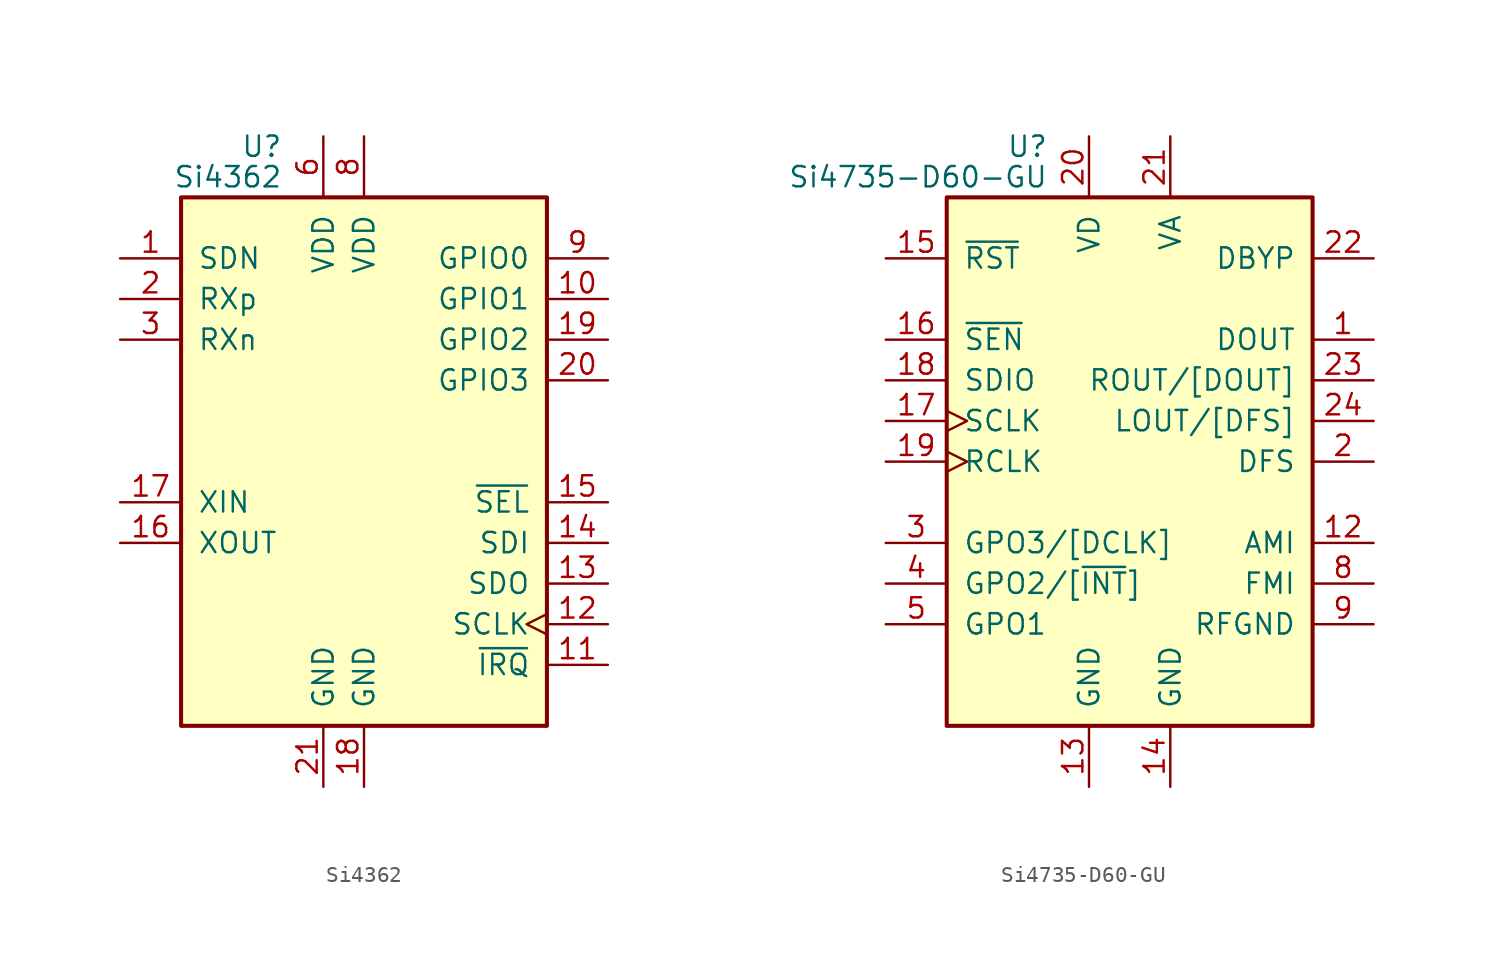
<source format=kicad_sym>
(kicad_symbol_lib
  (version 20201005)
  (generator kicad_symbol_editor)
  (symbol "Si4362"
    (pin_names
      (offset 1.016))
    (property "Reference" "U"
      (at -5.08 19.685 0)
      (effects (font (size 1.27 1.27)) (justify right)))
    (property "Value" "Si4362"
      (at -5.08 17.78 0)
      (effects (font (size 1.27 1.27)) (justify right)))
    (symbol "Si4362_0_1"
      (rectangle (start -11.43 16.51) (end 11.43 -16.51) (stroke (width 0.254)) (fill (type background))))
    (symbol "Si4362_1_1"
      (pin input line (at -15.24 12.7 0) (length 3.81) (name "SDN" (effects (font (size 1.27 1.27)))) (number "1" (effects (font (size 1.27 1.27)))))
      (pin bidirectional line (at 15.24 10.16 180) (length 3.81) (name "GPIO1" (effects (font (size 1.27 1.27)))) (number "10" (effects (font (size 1.27 1.27)))))
      (pin output line (at 15.24 -12.7 180) (length 3.81) (name "~IRQ" (effects (font (size 1.27 1.27)))) (number "11" (effects (font (size 1.27 1.27)))))
      (pin input clock (at 15.24 -10.16 180) (length 3.81) (name "SCLK" (effects (font (size 1.27 1.27)))) (number "12" (effects (font (size 1.27 1.27)))))
      (pin output line (at 15.24 -7.62 180) (length 3.81) (name "SDO" (effects (font (size 1.27 1.27)))) (number "13" (effects (font (size 1.27 1.27)))))
      (pin input line (at 15.24 -5.08 180) (length 3.81) (name "SDI" (effects (font (size 1.27 1.27)))) (number "14" (effects (font (size 1.27 1.27)))))
      (pin input line (at 15.24 -2.54 180) (length 3.81) (name "~SEL" (effects (font (size 1.27 1.27)))) (number "15" (effects (font (size 1.27 1.27)))))
      (pin output line (at -15.24 -5.08 0) (length 3.81) (name "XOUT" (effects (font (size 1.27 1.27)))) (number "16" (effects (font (size 1.27 1.27)))))
      (pin input line (at -15.24 -2.54 0) (length 3.81) (name "XIN" (effects (font (size 1.27 1.27)))) (number "17" (effects (font (size 1.27 1.27)))))
      (pin power_in line (at 0 -20.32 90) (length 3.81) (name "GND" (effects (font (size 1.27 1.27)))) (number "18" (effects (font (size 1.27 1.27)))))
      (pin bidirectional line (at 15.24 7.62 180) (length 3.81) (name "GPIO2" (effects (font (size 1.27 1.27)))) (number "19" (effects (font (size 1.27 1.27)))))
      (pin input line (at -15.24 10.16 0) (length 3.81) (name "RXp" (effects (font (size 1.27 1.27)))) (number "2" (effects (font (size 1.27 1.27)))))
      (pin bidirectional line (at 15.24 5.08 180) (length 3.81) (name "GPIO3" (effects (font (size 1.27 1.27)))) (number "20" (effects (font (size 1.27 1.27)))))
      (pin power_in line (at -2.54 -20.32 90) (length 3.81) (name "GND" (effects (font (size 1.27 1.27)))) (number "21" (effects (font (size 1.27 1.27)))))
      (pin input line (at -15.24 7.62 0) (length 3.81) (name "RXn" (effects (font (size 1.27 1.27)))) (number "3" (effects (font (size 1.27 1.27)))))
      (pin no_connect line (at 2.54 -20.32 90) (length 3.81) hide (name "NC" (effects (font (size 1.27 1.27)))) (number "4" (effects (font (size 1.27 1.27)))))
      (pin no_connect line (at 5.08 -20.32 90) (length 3.81) hide (name "NC" (effects (font (size 1.27 1.27)))) (number "5" (effects (font (size 1.27 1.27)))))
      (pin power_in line (at -2.54 20.32 270) (length 3.81) (name "VDD" (effects (font (size 1.27 1.27)))) (number "6" (effects (font (size 1.27 1.27)))))
      (pin no_connect line (at 7.62 -20.32 90) (length 3.81) hide (name "NC" (effects (font (size 1.27 1.27)))) (number "7" (effects (font (size 1.27 1.27)))))
      (pin power_in line (at 0 20.32 270) (length 3.81) (name "VDD" (effects (font (size 1.27 1.27)))) (number "8" (effects (font (size 1.27 1.27)))))
      (pin bidirectional line (at 15.24 12.7 180) (length 3.81) (name "GPIO0" (effects (font (size 1.27 1.27)))) (number "9" (effects (font (size 1.27 1.27)))))))
  (symbol "Si4735-D60-GU"
    (pin_names
      (offset 1.016))
    (property "Reference" "U"
      (at -5.08 19.685 0)
      (effects (font (size 1.27 1.27)) (justify right)))
    (property "Value" "Si4735-D60-GU"
      (at -5.08 17.78 0)
      (effects (font (size 1.27 1.27)) (justify right)))
    (symbol "Si4735-D60-GU_0_1"
      (rectangle (start 11.43 16.51) (end -11.43 -16.51) (stroke (width 0.254)) (fill (type background))))
    (symbol "Si4735-D60-GU_1_1"
      (pin output line (at 15.24 7.62 180) (length 3.81) (name "DOUT" (effects (font (size 1.27 1.27)))) (number "1" (effects (font (size 1.27 1.27)))))
      (pin no_connect line (at -5.08 -20.32 90) (length 3.81) hide (name "NC" (effects (font (size 1.27 1.27)))) (number "10" (effects (font (size 1.27 1.27)))))
      (pin no_connect line (at 5.08 -20.32 90) (length 3.81) hide (name "NC" (effects (font (size 1.27 1.27)))) (number "11" (effects (font (size 1.27 1.27)))))
      (pin input line (at 15.24 -5.08 180) (length 3.81) (name "AMI" (effects (font (size 1.27 1.27)))) (number "12" (effects (font (size 1.27 1.27)))))
      (pin power_in line (at -2.54 -20.32 90) (length 3.81) (name "GND" (effects (font (size 1.27 1.27)))) (number "13" (effects (font (size 1.27 1.27)))))
      (pin power_in line (at 2.54 -20.32 90) (length 3.81) (name "GND" (effects (font (size 1.27 1.27)))) (number "14" (effects (font (size 1.27 1.27)))))
      (pin input line (at -15.24 12.7 0) (length 3.81) (name "~RST" (effects (font (size 1.27 1.27)))) (number "15" (effects (font (size 1.27 1.27)))))
      (pin input line (at -15.24 7.62 0) (length 3.81) (name "~SEN" (effects (font (size 1.27 1.27)))) (number "16" (effects (font (size 1.27 1.27)))))
      (pin input clock (at -15.24 2.54 0) (length 3.81) (name "SCLK" (effects (font (size 1.27 1.27)))) (number "17" (effects (font (size 1.27 1.27)))))
      (pin bidirectional line (at -15.24 5.08 0) (length 3.81) (name "SDIO" (effects (font (size 1.27 1.27)))) (number "18" (effects (font (size 1.27 1.27)))))
      (pin input clock (at -15.24 0 0) (length 3.81) (name "RCLK" (effects (font (size 1.27 1.27)))) (number "19" (effects (font (size 1.27 1.27)))))
      (pin input line (at 15.24 0 180) (length 3.81) (name "DFS" (effects (font (size 1.27 1.27)))) (number "2" (effects (font (size 1.27 1.27)))))
      (pin power_in line (at -2.54 20.32 270) (length 3.81) (name "VD" (effects (font (size 1.27 1.27)))) (number "20" (effects (font (size 1.27 1.27)))))
      (pin power_in line (at 2.54 20.32 270) (length 3.81) (name "VA" (effects (font (size 1.27 1.27)))) (number "21" (effects (font (size 1.27 1.27)))))
      (pin passive line (at 15.24 12.7 180) (length 3.81) (name "DBYP" (effects (font (size 1.27 1.27)))) (number "22" (effects (font (size 1.27 1.27)))))
      (pin output line (at 15.24 5.08 180) (length 3.81) (name "ROUT/[DOUT]" (effects (font (size 1.27 1.27)))) (number "23" (effects (font (size 1.27 1.27)))))
      (pin bidirectional line (at 15.24 2.54 180) (length 3.81) (name "LOUT/[DFS]" (effects (font (size 1.27 1.27)))) (number "24" (effects (font (size 1.27 1.27)))))
      (pin bidirectional line (at -15.24 -5.08 0) (length 3.81) (name "GPO3/[DCLK]" (effects (font (size 1.27 1.27)))) (number "3" (effects (font (size 1.27 1.27)))))
      (pin output line (at -15.24 -7.62 0) (length 3.81) (name "GPO2/[~INT~]" (effects (font (size 1.27 1.27)))) (number "4" (effects (font (size 1.27 1.27)))))
      (pin output line (at -15.24 -10.16 0) (length 3.81) (name "GPO1" (effects (font (size 1.27 1.27)))) (number "5" (effects (font (size 1.27 1.27)))))
      (pin no_connect line (at -15.24 -12.7 0) (length 3.81) hide (name "NC" (effects (font (size 1.27 1.27)))) (number "6" (effects (font (size 1.27 1.27)))))
      (pin no_connect line (at 15.24 -12.7 180) (length 3.81) hide (name "NC" (effects (font (size 1.27 1.27)))) (number "7" (effects (font (size 1.27 1.27)))))
      (pin input line (at 15.24 -7.62 180) (length 3.81) (name "FMI" (effects (font (size 1.27 1.27)))) (number "8" (effects (font (size 1.27 1.27)))))
      (pin power_in line (at 15.24 -10.16 180) (length 3.81) (name "RFGND" (effects (font (size 1.27 1.27)))) (number "9" (effects (font (size 1.27 1.27))))))))
</source>
